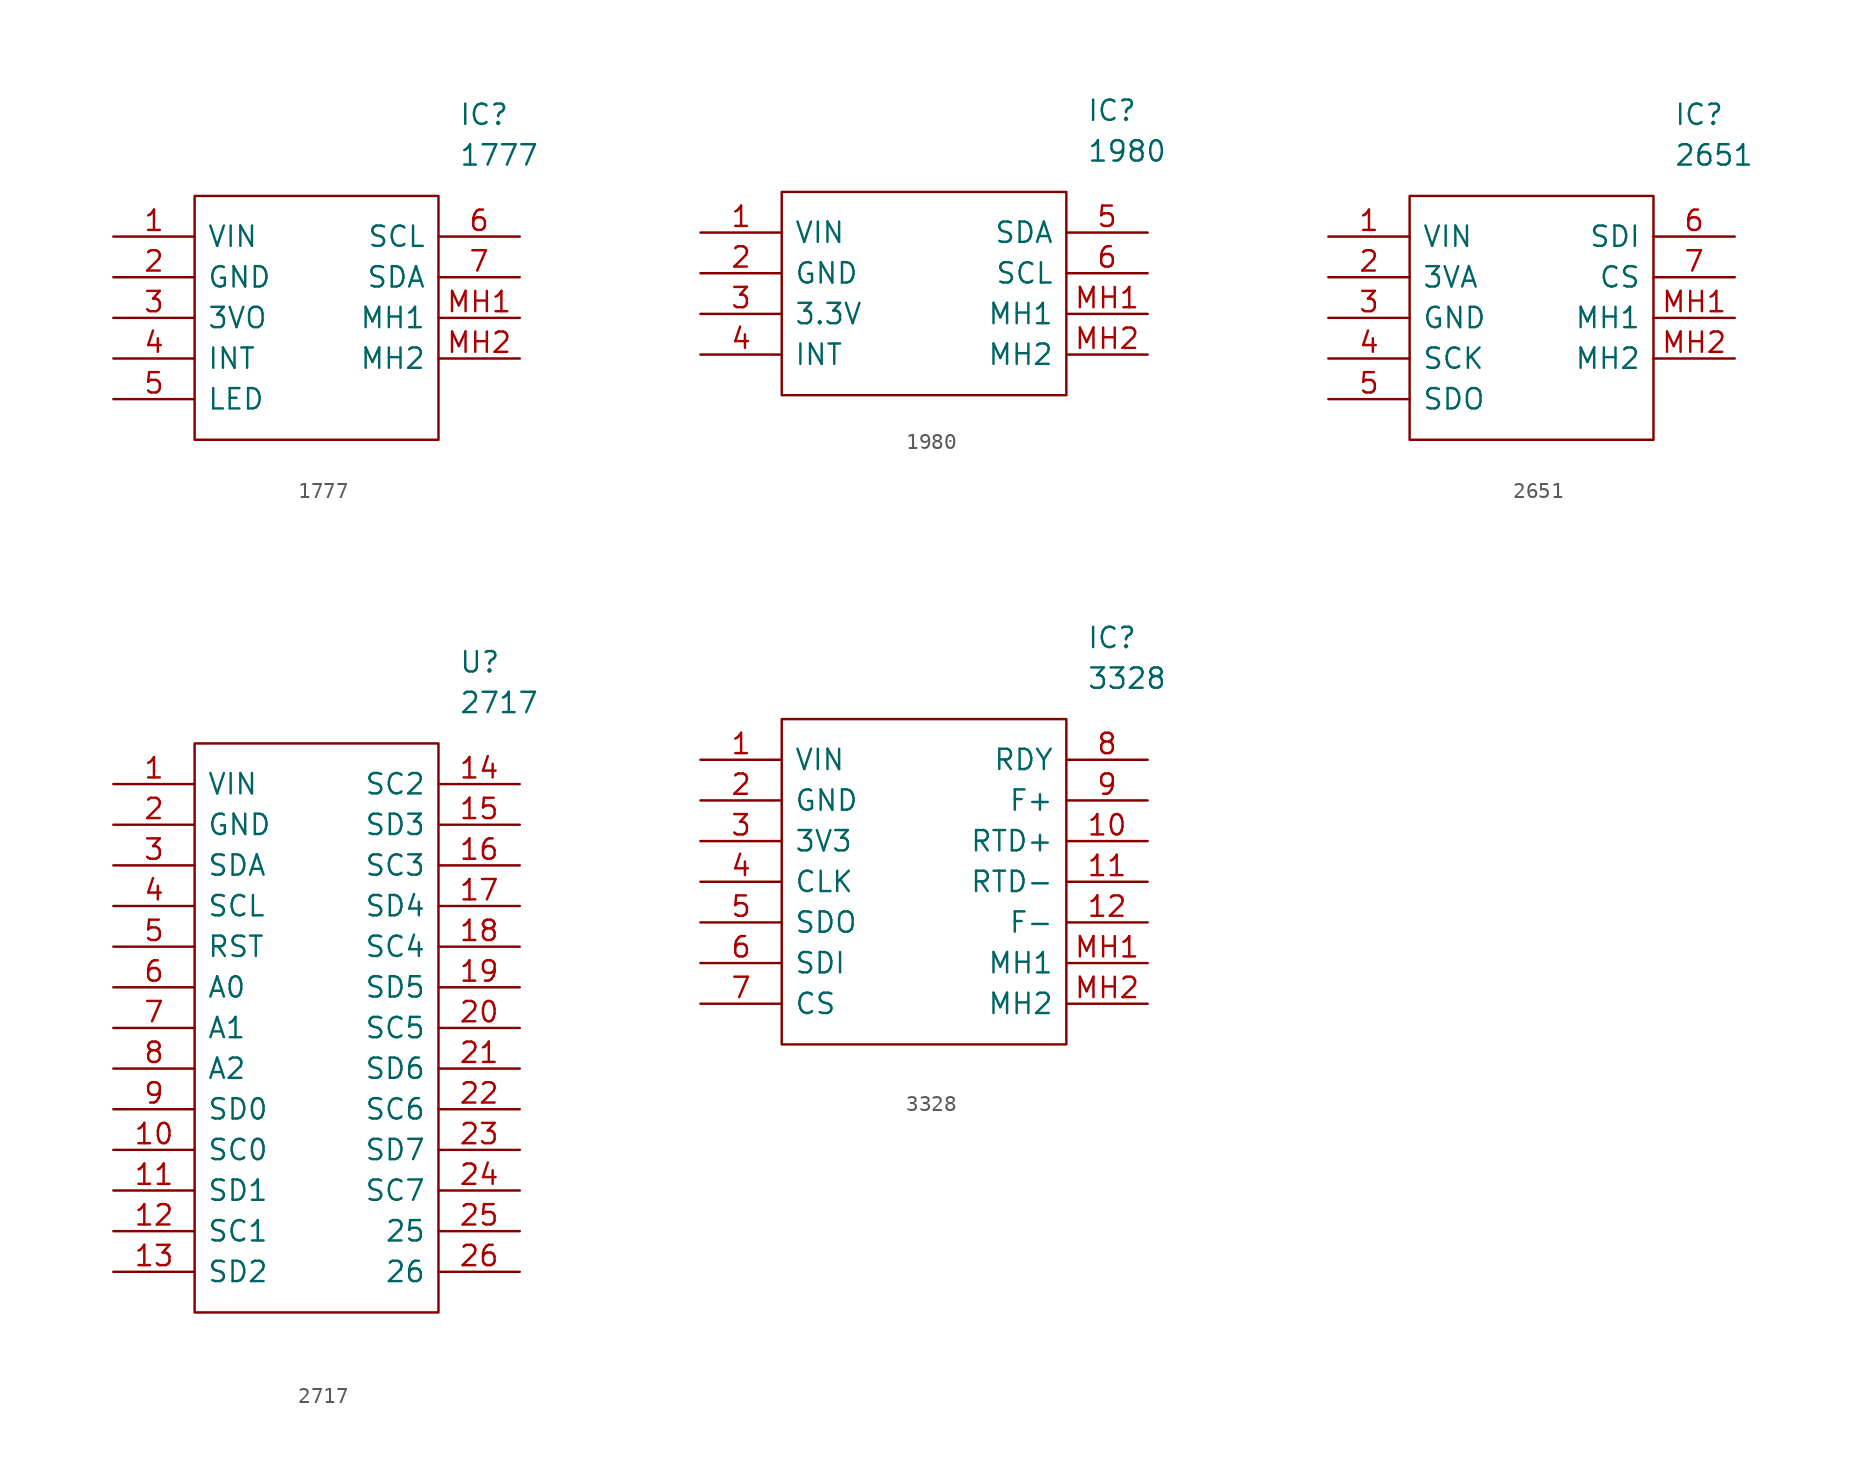
<source format=kicad_sym>
(kicad_symbol_lib
  (version 20201005)
  (generator kicad_symbol_editor)
  (symbol "Zimprich_neu:1777"
    (pin_names
      (offset 0.762))
    (property "Reference" "IC"
      (at 21.59 7.62 0)
      (effects (font (size 1.27 1.27)) (justify left)))
    (property "Value" "1777"
      (at 21.59 5.08 0)
      (effects (font (size 1.27 1.27)) (justify left)))
    (symbol "1777_0_1"
      (polyline (pts (xy 5.08 2.54) (xy 20.32 2.54) (xy 20.32 -12.7) (xy 5.08 -12.7) (xy 5.08 2.54)) (stroke (width 0.152)) (fill (type none))))
    (symbol "1777_0_0"
      (pin unspecified line (at 0 0 0) (length 5.08) (name "VIN" (effects (font (size 1.27 1.27)))) (number "1" (effects (font (size 1.27 1.27)))))
      (pin unspecified line (at 0 -2.54 0) (length 5.08) (name "GND" (effects (font (size 1.27 1.27)))) (number "2" (effects (font (size 1.27 1.27)))))
      (pin unspecified line (at 0 -5.08 0) (length 5.08) (name "3VO" (effects (font (size 1.27 1.27)))) (number "3" (effects (font (size 1.27 1.27)))))
      (pin unspecified line (at 0 -7.62 0) (length 5.08) (name "INT" (effects (font (size 1.27 1.27)))) (number "4" (effects (font (size 1.27 1.27)))))
      (pin unspecified line (at 0 -10.16 0) (length 5.08) (name "LED" (effects (font (size 1.27 1.27)))) (number "5" (effects (font (size 1.27 1.27)))))
      (pin unspecified line (at 25.4 0 180) (length 5.08) (name "SCL" (effects (font (size 1.27 1.27)))) (number "6" (effects (font (size 1.27 1.27)))))
      (pin unspecified line (at 25.4 -2.54 180) (length 5.08) (name "SDA" (effects (font (size 1.27 1.27)))) (number "7" (effects (font (size 1.27 1.27)))))
      (pin unspecified line (at 25.4 -5.08 180) (length 5.08) (name "MH1" (effects (font (size 1.27 1.27)))) (number "MH1" (effects (font (size 1.27 1.27)))))
      (pin unspecified line (at 25.4 -7.62 180) (length 5.08) (name "MH2" (effects (font (size 1.27 1.27)))) (number "MH2" (effects (font (size 1.27 1.27)))))))
  (symbol "Zimprich_neu:1980"
    (pin_names
      (offset 0.762))
    (property "Reference" "IC"
      (at 24.13 7.62 0)
      (effects (font (size 1.27 1.27)) (justify left)))
    (property "Value" "1980"
      (at 24.13 5.08 0)
      (effects (font (size 1.27 1.27)) (justify left)))
    (symbol "1980_0_1"
      (polyline (pts (xy 5.08 2.54) (xy 22.86 2.54) (xy 22.86 -10.16) (xy 5.08 -10.16) (xy 5.08 2.54)) (stroke (width 0.152)) (fill (type none))))
    (symbol "1980_0_0"
      (pin bidirectional line (at 0 0 0) (length 5.08) (name "VIN" (effects (font (size 1.27 1.27)))) (number "1" (effects (font (size 1.27 1.27)))))
      (pin bidirectional line (at 0 -2.54 0) (length 5.08) (name "GND" (effects (font (size 1.27 1.27)))) (number "2" (effects (font (size 1.27 1.27)))))
      (pin bidirectional line (at 0 -5.08 0) (length 5.08) (name "3.3V" (effects (font (size 1.27 1.27)))) (number "3" (effects (font (size 1.27 1.27)))))
      (pin bidirectional line (at 0 -7.62 0) (length 5.08) (name "INT" (effects (font (size 1.27 1.27)))) (number "4" (effects (font (size 1.27 1.27)))))
      (pin bidirectional line (at 27.94 0 180) (length 5.08) (name "SDA" (effects (font (size 1.27 1.27)))) (number "5" (effects (font (size 1.27 1.27)))))
      (pin bidirectional line (at 27.94 -2.54 180) (length 5.08) (name "SCL" (effects (font (size 1.27 1.27)))) (number "6" (effects (font (size 1.27 1.27)))))
      (pin bidirectional line (at 27.94 -5.08 180) (length 5.08) (name "MH1" (effects (font (size 1.27 1.27)))) (number "MH1" (effects (font (size 1.27 1.27)))))
      (pin bidirectional line (at 27.94 -7.62 180) (length 5.08) (name "MH2" (effects (font (size 1.27 1.27)))) (number "MH2" (effects (font (size 1.27 1.27)))))))
  (symbol "Zimprich_neu:2651"
    (pin_names
      (offset 0.762))
    (property "Reference" "IC"
      (at 21.59 7.62 0)
      (effects (font (size 1.27 1.27)) (justify left)))
    (property "Value" "2651"
      (at 21.59 5.08 0)
      (effects (font (size 1.27 1.27)) (justify left)))
    (symbol "2651_0_1"
      (polyline (pts (xy 5.08 2.54) (xy 20.32 2.54) (xy 20.32 -12.7) (xy 5.08 -12.7) (xy 5.08 2.54)) (stroke (width 0.152)) (fill (type none))))
    (symbol "2651_0_0"
      (pin bidirectional line (at 0 0 0) (length 5.08) (name "VIN" (effects (font (size 1.27 1.27)))) (number "1" (effects (font (size 1.27 1.27)))))
      (pin bidirectional line (at 0 -2.54 0) (length 5.08) (name "3VA" (effects (font (size 1.27 1.27)))) (number "2" (effects (font (size 1.27 1.27)))))
      (pin bidirectional line (at 0 -5.08 0) (length 5.08) (name "GND" (effects (font (size 1.27 1.27)))) (number "3" (effects (font (size 1.27 1.27)))))
      (pin bidirectional line (at 0 -7.62 0) (length 5.08) (name "SCK" (effects (font (size 1.27 1.27)))) (number "4" (effects (font (size 1.27 1.27)))))
      (pin bidirectional line (at 0 -10.16 0) (length 5.08) (name "SDO" (effects (font (size 1.27 1.27)))) (number "5" (effects (font (size 1.27 1.27)))))
      (pin bidirectional line (at 25.4 0 180) (length 5.08) (name "SDI" (effects (font (size 1.27 1.27)))) (number "6" (effects (font (size 1.27 1.27)))))
      (pin bidirectional line (at 25.4 -2.54 180) (length 5.08) (name "CS" (effects (font (size 1.27 1.27)))) (number "7" (effects (font (size 1.27 1.27)))))
      (pin bidirectional line (at 25.4 -5.08 180) (length 5.08) (name "MH1" (effects (font (size 1.27 1.27)))) (number "MH1" (effects (font (size 1.27 1.27)))))
      (pin bidirectional line (at 25.4 -7.62 180) (length 5.08) (name "MH2" (effects (font (size 1.27 1.27)))) (number "MH2" (effects (font (size 1.27 1.27)))))))
  (symbol "Zimprich_neu:2717"
    (pin_names
      (offset 0.762))
    (property "Reference" "U"
      (at 21.59 7.62 0)
      (effects (font (size 1.27 1.27)) (justify left)))
    (property "Value" "2717"
      (at 21.59 5.08 0)
      (effects (font (size 1.27 1.27)) (justify left)))
    (symbol "2717_0_1"
      (polyline (pts (xy 5.08 2.54) (xy 20.32 2.54) (xy 20.32 -33.02) (xy 5.08 -33.02) (xy 5.08 2.54)) (stroke (width 0.152)) (fill (type none))))
    (symbol "2717_0_0"
      (pin unspecified line (at 0 0 0) (length 5.08) (name "VIN" (effects (font (size 1.27 1.27)))) (number "1" (effects (font (size 1.27 1.27)))))
      (pin unspecified line (at 0 -22.86 0) (length 5.08) (name "SC0" (effects (font (size 1.27 1.27)))) (number "10" (effects (font (size 1.27 1.27)))))
      (pin unspecified line (at 0 -25.4 0) (length 5.08) (name "SD1" (effects (font (size 1.27 1.27)))) (number "11" (effects (font (size 1.27 1.27)))))
      (pin unspecified line (at 0 -27.94 0) (length 5.08) (name "SC1" (effects (font (size 1.27 1.27)))) (number "12" (effects (font (size 1.27 1.27)))))
      (pin unspecified line (at 0 -30.48 0) (length 5.08) (name "SD2" (effects (font (size 1.27 1.27)))) (number "13" (effects (font (size 1.27 1.27)))))
      (pin unspecified line (at 25.4 0 180) (length 5.08) (name "SC2" (effects (font (size 1.27 1.27)))) (number "14" (effects (font (size 1.27 1.27)))))
      (pin unspecified line (at 25.4 -2.54 180) (length 5.08) (name "SD3" (effects (font (size 1.27 1.27)))) (number "15" (effects (font (size 1.27 1.27)))))
      (pin unspecified line (at 25.4 -5.08 180) (length 5.08) (name "SC3" (effects (font (size 1.27 1.27)))) (number "16" (effects (font (size 1.27 1.27)))))
      (pin unspecified line (at 25.4 -7.62 180) (length 5.08) (name "SD4" (effects (font (size 1.27 1.27)))) (number "17" (effects (font (size 1.27 1.27)))))
      (pin unspecified line (at 25.4 -10.16 180) (length 5.08) (name "SC4" (effects (font (size 1.27 1.27)))) (number "18" (effects (font (size 1.27 1.27)))))
      (pin unspecified line (at 25.4 -12.7 180) (length 5.08) (name "SD5" (effects (font (size 1.27 1.27)))) (number "19" (effects (font (size 1.27 1.27)))))
      (pin unspecified line (at 0 -2.54 0) (length 5.08) (name "GND" (effects (font (size 1.27 1.27)))) (number "2" (effects (font (size 1.27 1.27)))))
      (pin unspecified line (at 25.4 -15.24 180) (length 5.08) (name "SC5" (effects (font (size 1.27 1.27)))) (number "20" (effects (font (size 1.27 1.27)))))
      (pin unspecified line (at 25.4 -17.78 180) (length 5.08) (name "SD6" (effects (font (size 1.27 1.27)))) (number "21" (effects (font (size 1.27 1.27)))))
      (pin unspecified line (at 25.4 -20.32 180) (length 5.08) (name "SC6" (effects (font (size 1.27 1.27)))) (number "22" (effects (font (size 1.27 1.27)))))
      (pin unspecified line (at 25.4 -22.86 180) (length 5.08) (name "SD7" (effects (font (size 1.27 1.27)))) (number "23" (effects (font (size 1.27 1.27)))))
      (pin unspecified line (at 25.4 -25.4 180) (length 5.08) (name "SC7" (effects (font (size 1.27 1.27)))) (number "24" (effects (font (size 1.27 1.27)))))
      (pin unspecified line (at 25.4 -27.94 180) (length 5.08) (name "25" (effects (font (size 1.27 1.27)))) (number "25" (effects (font (size 1.27 1.27)))))
      (pin unspecified line (at 25.4 -30.48 180) (length 5.08) (name "26" (effects (font (size 1.27 1.27)))) (number "26" (effects (font (size 1.27 1.27)))))
      (pin unspecified line (at 0 -5.08 0) (length 5.08) (name "SDA" (effects (font (size 1.27 1.27)))) (number "3" (effects (font (size 1.27 1.27)))))
      (pin unspecified line (at 0 -7.62 0) (length 5.08) (name "SCL" (effects (font (size 1.27 1.27)))) (number "4" (effects (font (size 1.27 1.27)))))
      (pin unspecified line (at 0 -10.16 0) (length 5.08) (name "RST" (effects (font (size 1.27 1.27)))) (number "5" (effects (font (size 1.27 1.27)))))
      (pin unspecified line (at 0 -12.7 0) (length 5.08) (name "A0" (effects (font (size 1.27 1.27)))) (number "6" (effects (font (size 1.27 1.27)))))
      (pin unspecified line (at 0 -15.24 0) (length 5.08) (name "A1" (effects (font (size 1.27 1.27)))) (number "7" (effects (font (size 1.27 1.27)))))
      (pin unspecified line (at 0 -17.78 0) (length 5.08) (name "A2" (effects (font (size 1.27 1.27)))) (number "8" (effects (font (size 1.27 1.27)))))
      (pin unspecified line (at 0 -20.32 0) (length 5.08) (name "SD0" (effects (font (size 1.27 1.27)))) (number "9" (effects (font (size 1.27 1.27)))))))
  (symbol "Zimprich_neu:3328"
    (pin_names
      (offset 0.762))
    (property "Reference" "IC"
      (at 24.13 7.62 0)
      (effects (font (size 1.27 1.27)) (justify left)))
    (property "Value" "3328"
      (at 24.13 5.08 0)
      (effects (font (size 1.27 1.27)) (justify left)))
    (symbol "3328_0_1"
      (polyline (pts (xy 5.08 2.54) (xy 22.86 2.54) (xy 22.86 -17.78) (xy 5.08 -17.78) (xy 5.08 2.54)) (stroke (width 0.152)) (fill (type none))))
    (symbol "3328_0_0"
      (pin bidirectional line (at 0 0 0) (length 5.08) (name "VIN" (effects (font (size 1.27 1.27)))) (number "1" (effects (font (size 1.27 1.27)))))
      (pin bidirectional line (at 27.94 -5.08 180) (length 5.08) (name "RTD+" (effects (font (size 1.27 1.27)))) (number "10" (effects (font (size 1.27 1.27)))))
      (pin bidirectional line (at 27.94 -7.62 180) (length 5.08) (name "RTD-" (effects (font (size 1.27 1.27)))) (number "11" (effects (font (size 1.27 1.27)))))
      (pin bidirectional line (at 27.94 -10.16 180) (length 5.08) (name "F-" (effects (font (size 1.27 1.27)))) (number "12" (effects (font (size 1.27 1.27)))))
      (pin bidirectional line (at 0 -2.54 0) (length 5.08) (name "GND" (effects (font (size 1.27 1.27)))) (number "2" (effects (font (size 1.27 1.27)))))
      (pin bidirectional line (at 0 -5.08 0) (length 5.08) (name "3V3" (effects (font (size 1.27 1.27)))) (number "3" (effects (font (size 1.27 1.27)))))
      (pin bidirectional line (at 0 -7.62 0) (length 5.08) (name "CLK" (effects (font (size 1.27 1.27)))) (number "4" (effects (font (size 1.27 1.27)))))
      (pin bidirectional line (at 0 -10.16 0) (length 5.08) (name "SDO" (effects (font (size 1.27 1.27)))) (number "5" (effects (font (size 1.27 1.27)))))
      (pin bidirectional line (at 0 -12.7 0) (length 5.08) (name "SDI" (effects (font (size 1.27 1.27)))) (number "6" (effects (font (size 1.27 1.27)))))
      (pin bidirectional line (at 0 -15.24 0) (length 5.08) (name "CS" (effects (font (size 1.27 1.27)))) (number "7" (effects (font (size 1.27 1.27)))))
      (pin bidirectional line (at 27.94 0 180) (length 5.08) (name "RDY" (effects (font (size 1.27 1.27)))) (number "8" (effects (font (size 1.27 1.27)))))
      (pin bidirectional line (at 27.94 -2.54 180) (length 5.08) (name "F+" (effects (font (size 1.27 1.27)))) (number "9" (effects (font (size 1.27 1.27)))))
      (pin bidirectional line (at 27.94 -12.7 180) (length 5.08) (name "MH1" (effects (font (size 1.27 1.27)))) (number "MH1" (effects (font (size 1.27 1.27)))))
      (pin bidirectional line (at 27.94 -15.24 180) (length 5.08) (name "MH2" (effects (font (size 1.27 1.27)))) (number "MH2" (effects (font (size 1.27 1.27))))))))
</source>
